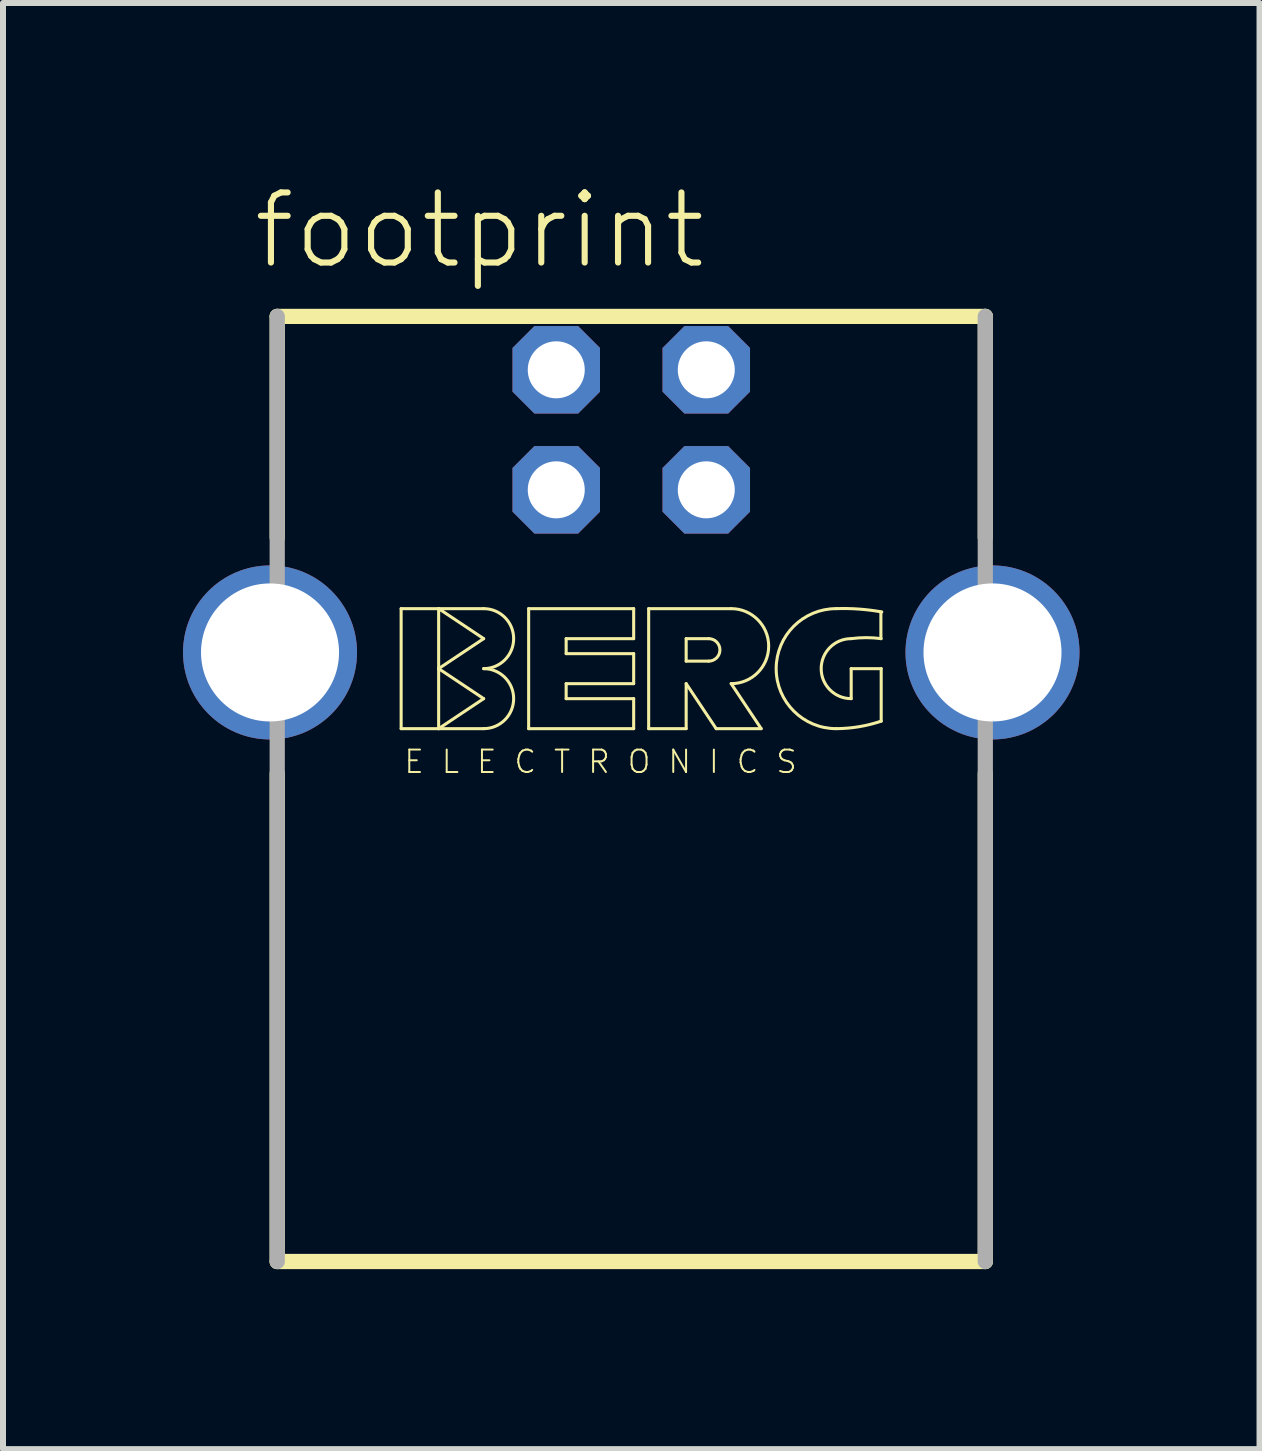
<source format=kicad_pcb>
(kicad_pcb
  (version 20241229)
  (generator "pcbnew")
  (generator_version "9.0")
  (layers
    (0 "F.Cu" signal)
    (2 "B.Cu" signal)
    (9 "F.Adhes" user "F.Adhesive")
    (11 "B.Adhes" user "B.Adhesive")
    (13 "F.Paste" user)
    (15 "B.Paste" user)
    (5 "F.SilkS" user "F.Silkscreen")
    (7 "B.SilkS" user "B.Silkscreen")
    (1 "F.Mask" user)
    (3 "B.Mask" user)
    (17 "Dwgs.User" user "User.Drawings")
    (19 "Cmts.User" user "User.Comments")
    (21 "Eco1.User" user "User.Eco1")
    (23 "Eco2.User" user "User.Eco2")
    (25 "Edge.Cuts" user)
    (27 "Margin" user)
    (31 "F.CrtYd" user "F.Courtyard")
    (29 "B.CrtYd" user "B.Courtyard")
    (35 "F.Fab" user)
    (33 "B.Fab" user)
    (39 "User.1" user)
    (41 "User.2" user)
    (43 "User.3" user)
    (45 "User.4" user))
  (footprint "footprint"
    (layer "F.Cu")
    (at 7.47 7.823)
    (property "Reference" "footprint" (at -6.35 -6.35 0) (layer "F.SilkS") (effects (font (size 1.168 1.168) (thickness 0.102)) (justify left bottom)))
    (fp_line (start -5.9 -5.6) (end -5.9 -1.915) (stroke (width 0.254) (type solid)) (layer "F.SilkS"))
    (fp_line (start -5.9 2.02) (end -5.9 10.15) (stroke (width 0.254) (type solid)) (layer "F.SilkS"))
    (fp_line (start -5.9 10.15) (end 5.9 10.15) (stroke (width 0.254) (type solid)) (layer "F.SilkS"))
    (fp_line (start -3.835 -0.73) (end -3.835 1.27) (stroke (width 0.051) (type solid)) (layer "F.SilkS"))
    (fp_line (start -3.835 1.27) (end -3.21 1.27) (stroke (width 0.051) (type solid)) (layer "F.SilkS"))
    (fp_line (start -3.21 -0.73) (end -3.835 -0.73) (stroke (width 0.051) (type solid)) (layer "F.SilkS"))
    (fp_line (start -3.21 -0.73) (end -2.46 -0.23) (stroke (width 0.051) (type solid)) (layer "F.SilkS"))
    (fp_line (start -3.21 0.27) (end -3.21 -0.73) (stroke (width 0.051) (type solid)) (layer "F.SilkS"))
    (fp_line (start -3.21 0.27) (end -2.46 0.77) (stroke (width 0.051) (type solid)) (layer "F.SilkS"))
    (fp_line (start -3.21 1.27) (end -3.21 0.27) (stroke (width 0.051) (type solid)) (layer "F.SilkS"))
    (fp_line (start -2.46 -0.73) (end -3.21 -0.73) (stroke (width 0.051) (type solid)) (layer "F.SilkS"))
    (fp_line (start -2.46 -0.23) (end -3.21 0.27) (stroke (width 0.051) (type solid)) (layer "F.SilkS"))
    (fp_line (start -2.46 0.77) (end -3.21 1.27) (stroke (width 0.051) (type solid)) (layer "F.SilkS"))
    (fp_line (start -2.46 1.27) (end -3.21 1.27) (stroke (width 0.051) (type solid)) (layer "F.SilkS"))
    (fp_line (start -1.71 -0.73) (end -1.71 1.27) (stroke (width 0.051) (type solid)) (layer "F.SilkS"))
    (fp_line (start -1.71 1.27) (end 0.04 1.27) (stroke (width 0.051) (type solid)) (layer "F.SilkS"))
    (fp_line (start -1.085 -0.23) (end 0.04 -0.23) (stroke (width 0.051) (type solid)) (layer "F.SilkS"))
    (fp_line (start -1.085 0.02) (end -1.085 -0.23) (stroke (width 0.051) (type solid)) (layer "F.SilkS"))
    (fp_line (start -1.085 0.52) (end 0.04 0.52) (stroke (width 0.051) (type solid)) (layer "F.SilkS"))
    (fp_line (start -1.085 0.77) (end -1.085 0.52) (stroke (width 0.051) (type solid)) (layer "F.SilkS"))
    (fp_line (start 0.04 -0.73) (end -1.71 -0.73) (stroke (width 0.051) (type solid)) (layer "F.SilkS"))
    (fp_line (start 0.04 -0.23) (end 0.04 -0.73) (stroke (width 0.051) (type solid)) (layer "F.SilkS"))
    (fp_line (start 0.04 0.02) (end -1.085 0.02) (stroke (width 0.051) (type solid)) (layer "F.SilkS"))
    (fp_line (start 0.04 0.52) (end 0.04 0.02) (stroke (width 0.051) (type solid)) (layer "F.SilkS"))
    (fp_line (start 0.04 0.77) (end -1.085 0.77) (stroke (width 0.051) (type solid)) (layer "F.SilkS"))
    (fp_line (start 0.04 1.27) (end 0.04 0.77) (stroke (width 0.051) (type solid)) (layer "F.SilkS"))
    (fp_line (start 0.29 -0.73) (end 0.29 1.27) (stroke (width 0.051) (type solid)) (layer "F.SilkS"))
    (fp_line (start 0.29 -0.73) (end 1.665 -0.73) (stroke (width 0.051) (type solid)) (layer "F.SilkS"))
    (fp_line (start 0.29 1.27) (end 0.915 1.27) (stroke (width 0.051) (type solid)) (layer "F.SilkS"))
    (fp_line (start 0.915 -0.23) (end 0.915 0.145) (stroke (width 0.051) (type solid)) (layer "F.SilkS"))
    (fp_line (start 0.915 -0.23) (end 1.29 -0.23) (stroke (width 0.051) (type solid)) (layer "F.SilkS"))
    (fp_line (start 0.915 0.145) (end 1.29 0.145) (stroke (width 0.051) (type solid)) (layer "F.SilkS"))
    (fp_line (start 0.915 0.52) (end 1.415 1.27) (stroke (width 0.051) (type solid)) (layer "F.SilkS"))
    (fp_line (start 0.915 1.27) (end 0.915 0.52) (stroke (width 0.051) (type solid)) (layer "F.SilkS"))
    (fp_line (start 1.415 1.27) (end 2.165 1.27) (stroke (width 0.051) (type solid)) (layer "F.SilkS"))
    (fp_line (start 2.165 1.27) (end 1.665 0.52) (stroke (width 0.051) (type solid)) (layer "F.SilkS"))
    (fp_line (start 3.665 0.27) (end 3.665 0.77) (stroke (width 0.051) (type solid)) (layer "F.SilkS"))
    (fp_line (start 3.665 0.27) (end 4.165 0.27) (stroke (width 0.051) (type solid)) (layer "F.SilkS"))
    (fp_line (start 4.16 -0.23) (end 4.16 -0.675) (stroke (width 0.051) (type solid)) (layer "F.SilkS"))
    (fp_line (start 4.165 0.27) (end 4.165 1.145) (stroke (width 0.051) (type solid)) (layer "F.SilkS"))
    (fp_line (start 5.9 -5.6) (end -5.9 -5.6) (stroke (width 0.254) (type solid)) (layer "F.SilkS"))
    (fp_line (start 5.9 -1.915) (end 5.9 -5.6) (stroke (width 0.254) (type solid)) (layer "F.SilkS"))
    (fp_line (start 5.9 10.15) (end 5.9 2.02) (stroke (width 0.254) (type solid)) (layer "F.SilkS"))
    (fp_arc (start -2.46 -0.73) (mid -1.96 -0.23) (end -2.46 0.27) (stroke (width 0.0508) (type solid)) (layer "F.SilkS"))
    (fp_arc (start -2.46 0.27) (mid -1.96 0.77) (end -2.46 1.27) (stroke (width 0.0508) (type solid)) (layer "F.SilkS"))
    (fp_arc (start 1.29 -0.23) (mid 1.4775 -0.0425) (end 1.29 0.145) (stroke (width 0.0508) (type solid)) (layer "F.SilkS"))
    (fp_arc (start 1.665 -0.73) (mid 2.29 -0.105) (end 1.665 0.52) (stroke (width 0.0508) (type solid)) (layer "F.SilkS"))
    (fp_arc (start 3.415 -0.73) (mid 3.796448 -0.72251) (end 4.175 -0.675) (stroke (width 0.0508) (type solid)) (layer "F.SilkS"))
    (fp_arc (start 3.415 1.27) (mid 2.415 0.27) (end 3.415 -0.73) (stroke (width 0.0508) (type solid)) (layer "F.SilkS"))
    (fp_arc (start 3.665 -0.23) (mid 3.915 -0.246593) (end 4.165 -0.23) (stroke (width 0.0508) (type solid)) (layer "F.SilkS"))
    (fp_arc (start 3.665 0.77) (mid 3.165 0.27) (end 3.665 -0.23) (stroke (width 0.0508) (type solid)) (layer "F.SilkS"))
    (fp_arc (start 4.165 1.145) (mid 3.795035 1.23771) (end 3.415 1.27) (stroke (width 0.0508) (type solid)) (layer "F.SilkS"))
    (fp_line (start -5.9 -5.6) (end -5.9 10.15) (stroke (width 0.254) (type solid)) (layer "F.Fab"))
    (fp_line (start 5.9 10.15) (end 5.9 -5.6) (stroke (width 0.254) (type solid)) (layer "F.Fab"))
    (fp_text user "E L E C T R O N I C S" (at -3.81 2.04 0) (layer "F.SilkS") (effects (font (size 0.374 0.374) (thickness 0.033)) (justify left bottom)))
    (pad "1" thru_hole roundrect (at 1.25 -4.71) (size 1.458 1.458) (drill 0.95) (layers "*.Cu" "*.Mask") (roundrect_rratio 0.25) (chamfer_ratio 0.25) (chamfer top_left top_right bottom_left bottom_right))
    (pad "2" thru_hole roundrect (at -1.25 -4.71) (size 1.458 1.458) (drill 0.95) (layers "*.Cu" "*.Mask") (roundrect_rratio 0.25) (chamfer_ratio 0.25) (chamfer top_left top_right bottom_left bottom_right))
    (pad "3" thru_hole roundrect (at -1.25 -2.71) (size 1.458 1.458) (drill 0.95) (layers "*.Cu" "*.Mask") (roundrect_rratio 0.25) (chamfer_ratio 0.25) (chamfer top_left top_right bottom_left bottom_right))
    (pad "4" thru_hole roundrect (at 1.25 -2.71) (size 1.458 1.458) (drill 0.95) (layers "*.Cu" "*.Mask") (roundrect_rratio 0.25) (chamfer_ratio 0.25) (chamfer top_left top_right bottom_left bottom_right))
    (pad "S1" thru_hole circle (at -6.02 0) (size 2.9 2.9) (drill 2.3) (layers "*.Cu" "*.Mask"))
    (pad "S2" thru_hole circle (at 6.02 0) (size 2.9 2.9) (drill 2.3) (layers "*.Cu" "*.Mask")))
  (gr_rect
    (start -3 -3)
    (end 17.94 21.1)
    (stroke (width 0.1) (type default))
    (fill no)
    (layer "Edge.Cuts")))
</source>
